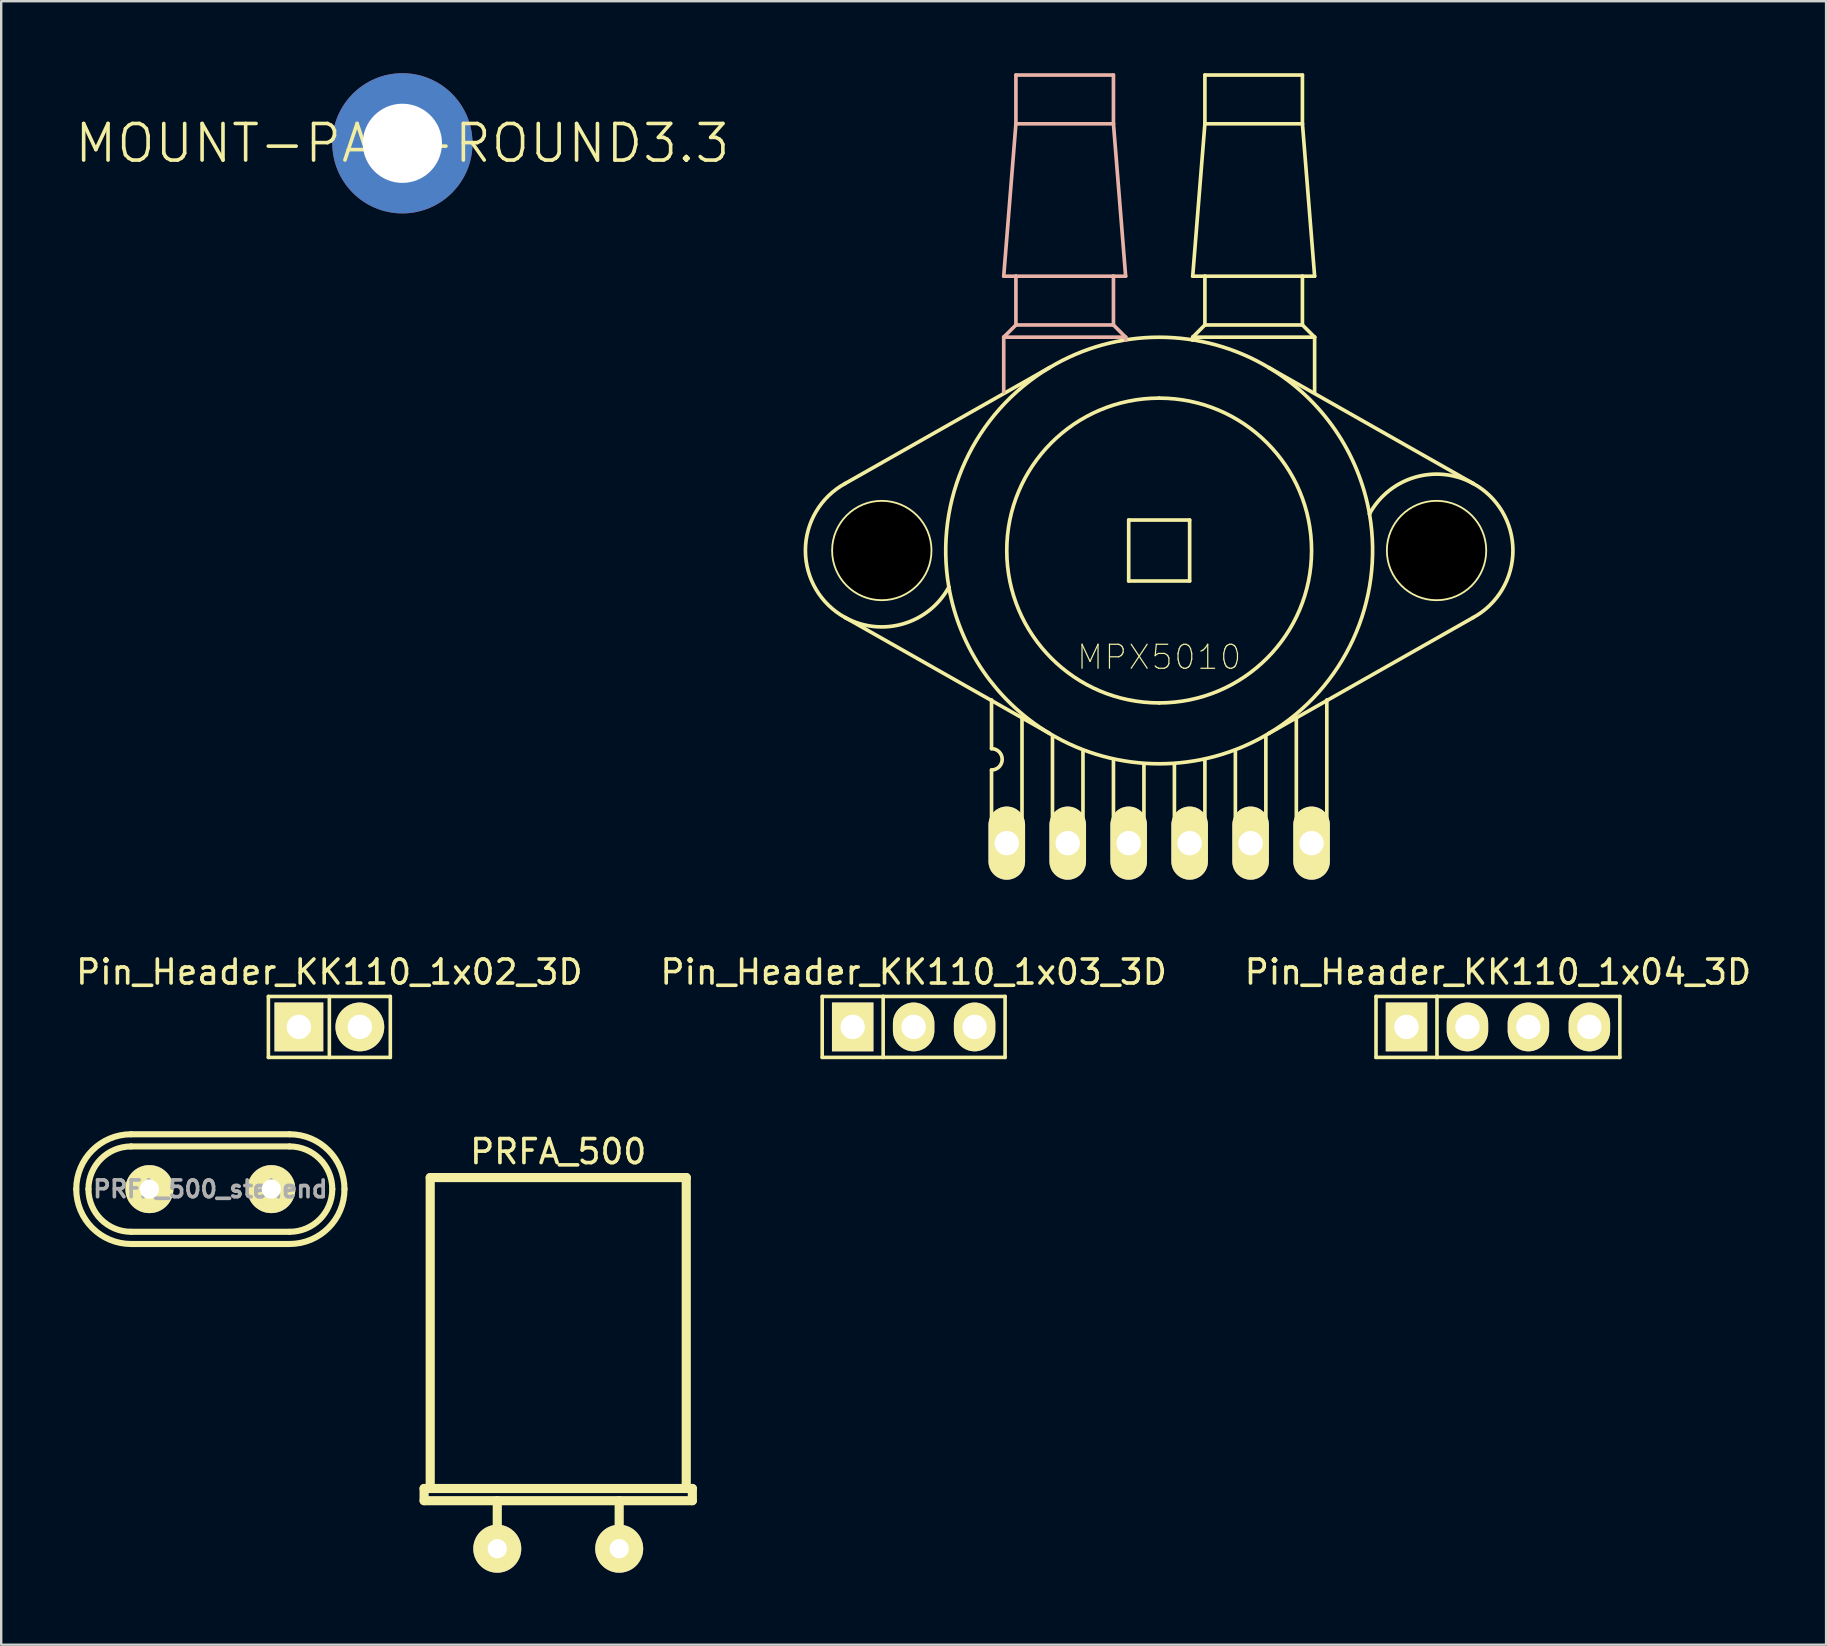
<source format=kicad_pcb>
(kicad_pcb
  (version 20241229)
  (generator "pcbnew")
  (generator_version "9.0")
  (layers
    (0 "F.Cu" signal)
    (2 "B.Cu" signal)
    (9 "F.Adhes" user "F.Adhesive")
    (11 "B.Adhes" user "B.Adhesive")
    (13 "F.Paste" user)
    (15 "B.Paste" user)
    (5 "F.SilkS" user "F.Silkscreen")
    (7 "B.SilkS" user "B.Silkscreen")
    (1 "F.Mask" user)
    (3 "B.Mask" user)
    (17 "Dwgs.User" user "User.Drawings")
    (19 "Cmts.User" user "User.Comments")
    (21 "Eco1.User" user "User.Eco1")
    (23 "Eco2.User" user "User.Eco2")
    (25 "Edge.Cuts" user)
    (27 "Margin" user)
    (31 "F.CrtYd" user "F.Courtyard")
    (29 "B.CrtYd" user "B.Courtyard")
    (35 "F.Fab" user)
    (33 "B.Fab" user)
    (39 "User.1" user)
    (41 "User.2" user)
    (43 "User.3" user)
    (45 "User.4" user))
  (footprint "MPX5010"
    (layer "F.Cu")
    (at 45.248 19.888)
    (property "Reference" "MPX5010" (at 0 4.445 0) (layer "F.SilkS") (effects (font (size 1 1) (thickness 0.05))))
    (attr through_hole)
    (fp_line (start -13.081 -2.794) (end -4.572 -7.62) (stroke (width 0.152) (type solid)) (layer "F.SilkS"))
    (fp_line (start -13.081 2.794) (end -4.572 7.62) (stroke (width 0.152) (type solid)) (layer "F.SilkS"))
    (fp_line (start -6.985 8.255) (end -6.985 6.223) (stroke (width 0.152) (type solid)) (layer "F.SilkS"))
    (fp_line (start -6.985 12.192) (end -6.985 9.144) (stroke (width 0.152) (type solid)) (layer "F.SilkS"))
    (fp_line (start -6.985 12.192) (end -5.715 12.192) (stroke (width 0.152) (type solid)) (layer "F.SilkS"))
    (fp_line (start -5.715 12.192) (end -5.715 6.985) (stroke (width 0.152) (type solid)) (layer "F.SilkS"))
    (fp_line (start -4.445 12.192) (end -4.445 7.747) (stroke (width 0.152) (type solid)) (layer "F.SilkS"))
    (fp_line (start -3.175 12.192) (end -4.445 12.192) (stroke (width 0.152) (type solid)) (layer "F.SilkS"))
    (fp_line (start -3.175 12.192) (end -3.175 8.382) (stroke (width 0.152) (type solid)) (layer "F.SilkS"))
    (fp_line (start -1.905 12.192) (end -1.905 8.763) (stroke (width 0.152) (type solid)) (layer "F.SilkS"))
    (fp_line (start -1.27 -1.27) (end 1.27 -1.27) (stroke (width 0.152) (type solid)) (layer "F.SilkS"))
    (fp_line (start -1.27 1.27) (end -1.27 -1.27) (stroke (width 0.152) (type solid)) (layer "F.SilkS"))
    (fp_line (start -0.635 12.192) (end -1.905 12.192) (stroke (width 0.152) (type solid)) (layer "F.SilkS"))
    (fp_line (start -0.635 12.192) (end -0.635 8.89) (stroke (width 0.152) (type solid)) (layer "F.SilkS"))
    (fp_line (start 0.635 12.192) (end 0.635 8.89) (stroke (width 0.152) (type solid)) (layer "F.SilkS"))
    (fp_line (start 0.635 12.192) (end 1.905 12.192) (stroke (width 0.152) (type solid)) (layer "F.SilkS"))
    (fp_line (start 1.27 -1.27) (end 1.27 1.27) (stroke (width 0.152) (type solid)) (layer "F.SilkS"))
    (fp_line (start 1.27 1.27) (end -1.27 1.27) (stroke (width 0.152) (type solid)) (layer "F.SilkS"))
    (fp_line (start 1.397 -11.43) (end 1.905 -11.43) (stroke (width 0.152) (type solid)) (layer "F.SilkS"))
    (fp_line (start 1.397 -8.89) (end 1.397 -8.763) (stroke (width 0.152) (type solid)) (layer "F.SilkS"))
    (fp_line (start 1.397 -8.89) (end 1.905 -9.398) (stroke (width 0.152) (type solid)) (layer "F.SilkS"))
    (fp_line (start 1.905 -19.812) (end 1.905 -17.78) (stroke (width 0.152) (type solid)) (layer "F.SilkS"))
    (fp_line (start 1.905 -19.812) (end 5.969 -19.812) (stroke (width 0.152) (type solid)) (layer "F.SilkS"))
    (fp_line (start 1.905 -17.78) (end 1.397 -11.43) (stroke (width 0.152) (type solid)) (layer "F.SilkS"))
    (fp_line (start 1.905 -17.78) (end 5.969 -17.78) (stroke (width 0.152) (type solid)) (layer "F.SilkS"))
    (fp_line (start 1.905 -11.43) (end 1.905 -9.398) (stroke (width 0.152) (type solid)) (layer "F.SilkS"))
    (fp_line (start 1.905 -11.43) (end 5.969 -11.43) (stroke (width 0.152) (type solid)) (layer "F.SilkS"))
    (fp_line (start 1.905 12.192) (end 1.905 8.763) (stroke (width 0.152) (type solid)) (layer "F.SilkS"))
    (fp_line (start 3.175 12.192) (end 3.175 8.382) (stroke (width 0.152) (type solid)) (layer "F.SilkS"))
    (fp_line (start 3.175 12.192) (end 4.445 12.192) (stroke (width 0.152) (type solid)) (layer "F.SilkS"))
    (fp_line (start 4.445 12.192) (end 4.445 7.747) (stroke (width 0.152) (type solid)) (layer "F.SilkS"))
    (fp_line (start 5.715 12.192) (end 5.715 6.985) (stroke (width 0.152) (type solid)) (layer "F.SilkS"))
    (fp_line (start 5.715 12.192) (end 6.985 12.192) (stroke (width 0.152) (type solid)) (layer "F.SilkS"))
    (fp_line (start 5.969 -19.812) (end 5.969 -17.78) (stroke (width 0.152) (type solid)) (layer "F.SilkS"))
    (fp_line (start 5.969 -17.78) (end 6.477 -11.43) (stroke (width 0.152) (type solid)) (layer "F.SilkS"))
    (fp_line (start 5.969 -11.43) (end 5.969 -9.398) (stroke (width 0.152) (type solid)) (layer "F.SilkS"))
    (fp_line (start 5.969 -11.43) (end 6.477 -11.43) (stroke (width 0.152) (type solid)) (layer "F.SilkS"))
    (fp_line (start 5.969 -9.398) (end 1.905 -9.398) (stroke (width 0.152) (type solid)) (layer "F.SilkS"))
    (fp_line (start 6.477 -8.89) (end 1.397 -8.89) (stroke (width 0.152) (type solid)) (layer "F.SilkS"))
    (fp_line (start 6.477 -8.89) (end 5.969 -9.398) (stroke (width 0.152) (type solid)) (layer "F.SilkS"))
    (fp_line (start 6.477 -8.89) (end 6.477 -6.604) (stroke (width 0.152) (type solid)) (layer "F.SilkS"))
    (fp_line (start 6.985 12.192) (end 6.985 6.223) (stroke (width 0.152) (type solid)) (layer "F.SilkS"))
    (fp_line (start 13.081 -2.794) (end 4.572 -7.62) (stroke (width 0.152) (type solid)) (layer "F.SilkS"))
    (fp_line (start 13.081 2.794) (end 4.572 7.62) (stroke (width 0.152) (type solid)) (layer "F.SilkS"))
    (fp_arc (start -13.084855 2.791894) (mid -14.73961 -0.002196) (end -13.081 -2.794) (stroke (width 0.1524) (type solid)) (layer "F.SilkS"))
    (fp_arc (start -8.765055 1.512072) (mid -8.081952 -3.702948) (end -4.572 -7.62) (stroke (width 0.1524) (type solid)) (layer "F.SilkS"))
    (fp_arc (start -8.763 1.524) (mid -10.658974 3.053287) (end -13.081 2.794) (stroke (width 0.1524) (type solid)) (layer "F.SilkS"))
    (fp_arc (start -6.985 8.255) (mid -6.5405 8.6995) (end -6.985 9.144) (stroke (width 0.1524) (type solid)) (layer "F.SilkS"))
    (fp_arc (start -4.576574 7.617258) (mid -7.332667 5.026067) (end -8.763 1.524) (stroke (width 0.1524) (type solid)) (layer "F.SilkS"))
    (fp_arc (start -4.56834 -7.622195) (mid 0.002134 -8.886371) (end 4.572 -7.62) (stroke (width 0.1524) (type solid)) (layer "F.SilkS"))
    (fp_arc (start 0 -6.35) (mid 6.35 0) (end 0 6.35) (stroke (width 0.1524) (type solid)) (layer "F.SilkS"))
    (fp_arc (start 0 6.35) (mid -6.35 0) (end 0 -6.35) (stroke (width 0.1524) (type solid)) (layer "F.SilkS"))
    (fp_arc (start 4.56834 7.622195) (mid -0.002134 8.886371) (end -4.572 7.62) (stroke (width 0.1524) (type solid)) (layer "F.SilkS"))
    (fp_arc (start 4.576574 -7.617258) (mid 7.332667 -5.026067) (end 8.763 -1.524) (stroke (width 0.1524) (type solid)) (layer "F.SilkS"))
    (fp_arc (start 8.763 -1.524) (mid 10.658974 -3.053287) (end 13.081 -2.794) (stroke (width 0.1524) (type solid)) (layer "F.SilkS"))
    (fp_arc (start 8.765055 -1.512072) (mid 8.081952 3.702948) (end 4.572 7.62) (stroke (width 0.1524) (type solid)) (layer "F.SilkS"))
    (fp_arc (start 13.084855 -2.791894) (mid 14.73961 0.002196) (end 13.081 2.794) (stroke (width 0.1524) (type solid)) (layer "F.SilkS"))
    (fp_circle (center -11.557 0) (end -9.525 0) (stroke (width 0.152) (type solid)) (fill no) (layer "F.SilkS"))
    (fp_circle (center 11.557 0) (end 13.589 0) (stroke (width 0.152) (type solid)) (fill no) (layer "F.SilkS"))
    (fp_line (start -6.477 -8.89) (end -6.477 -6.604) (stroke (width 0.152) (type solid)) (layer "B.SilkS"))
    (fp_line (start -6.477 -8.89) (end -5.969 -9.398) (stroke (width 0.152) (type solid)) (layer "B.SilkS"))
    (fp_line (start -6.477 -8.89) (end -1.397 -8.89) (stroke (width 0.152) (type solid)) (layer "B.SilkS"))
    (fp_line (start -5.969 -19.812) (end -5.969 -17.78) (stroke (width 0.152) (type solid)) (layer "B.SilkS"))
    (fp_line (start -5.969 -17.78) (end -6.477 -11.43) (stroke (width 0.152) (type solid)) (layer "B.SilkS"))
    (fp_line (start -5.969 -11.43) (end -6.477 -11.43) (stroke (width 0.152) (type solid)) (layer "B.SilkS"))
    (fp_line (start -5.969 -11.43) (end -5.969 -9.398) (stroke (width 0.152) (type solid)) (layer "B.SilkS"))
    (fp_line (start -5.969 -9.398) (end -1.905 -9.398) (stroke (width 0.152) (type solid)) (layer "B.SilkS"))
    (fp_line (start -1.905 -19.812) (end -5.969 -19.812) (stroke (width 0.152) (type solid)) (layer "B.SilkS"))
    (fp_line (start -1.905 -19.812) (end -1.905 -17.78) (stroke (width 0.152) (type solid)) (layer "B.SilkS"))
    (fp_line (start -1.905 -17.78) (end -5.969 -17.78) (stroke (width 0.152) (type solid)) (layer "B.SilkS"))
    (fp_line (start -1.905 -17.78) (end -1.397 -11.43) (stroke (width 0.152) (type solid)) (layer "B.SilkS"))
    (fp_line (start -1.905 -11.43) (end -5.969 -11.43) (stroke (width 0.152) (type solid)) (layer "B.SilkS"))
    (fp_line (start -1.905 -11.43) (end -1.905 -9.398) (stroke (width 0.152) (type solid)) (layer "B.SilkS"))
    (fp_line (start -1.397 -11.43) (end -1.905 -11.43) (stroke (width 0.152) (type solid)) (layer "B.SilkS"))
    (fp_line (start -1.397 -8.89) (end -1.905 -9.398) (stroke (width 0.152) (type solid)) (layer "B.SilkS"))
    (fp_line (start -1.397 -8.89) (end -1.397 -8.763) (stroke (width 0.152) (type solid)) (layer "B.SilkS"))
    (pad "" np_thru_hole circle (at -11.557 0) (size 4.064 4.064) (drill 4.064) (layers))
    (pad "" np_thru_hole circle (at 11.557 0) (size 4.064 4.064) (drill 4.064) (layers))
    (pad "1" thru_hole oval (at -6.35 12.192 90) (size 3.048 1.524) (drill 1.016) (layers "*.Cu" "*.Mask" "F.SilkS"))
    (pad "2" thru_hole oval (at -3.81 12.192 90) (size 3.048 1.524) (drill 1.016) (layers "*.Cu" "*.Mask" "F.SilkS"))
    (pad "3" thru_hole oval (at -1.27 12.192 90) (size 3.048 1.524) (drill 1.016) (layers "*.Cu" "*.Mask" "F.SilkS"))
    (pad "4" thru_hole oval (at 1.27 12.192 90) (size 3.048 1.524) (drill 1.016) (layers "*.Cu" "*.Mask" "F.SilkS"))
    (pad "5" thru_hole oval (at 3.81 12.192 90) (size 3.048 1.524) (drill 1.016) (layers "*.Cu" "*.Mask" "F.SilkS"))
    (pad "6" thru_hole oval (at 6.35 12.192 90) (size 3.048 1.524) (drill 1.016) (layers "*.Cu" "*.Mask" "F.SilkS")))
  (footprint "Pin_Header_KK110_1x04_3D"
    (layer "F.Cu")
    (at 59.363 39.738)
    (property "Reference" "Pin_Header_KK110_1x04_3D" (at 0 -2.286 0) (layer "F.SilkS") (effects (font (size 1 1) (thickness 0.15))))
    (attr through_hole)
    (fp_line (start -5.08 -1.27) (end -5.08 1.27) (stroke (width 0.15) (type solid)) (layer "F.SilkS"))
    (fp_line (start -5.08 -1.27) (end -2.54 -1.27) (stroke (width 0.15) (type solid)) (layer "F.SilkS"))
    (fp_line (start -5.08 1.27) (end -2.54 1.27) (stroke (width 0.15) (type solid)) (layer "F.SilkS"))
    (fp_line (start -2.54 -1.27) (end -2.54 1.27) (stroke (width 0.15) (type solid)) (layer "F.SilkS"))
    (fp_line (start -2.54 -1.27) (end 5.08 -1.27) (stroke (width 0.15) (type solid)) (layer "F.SilkS"))
    (fp_line (start -2.54 1.27) (end 5.08 1.27) (stroke (width 0.15) (type solid)) (layer "F.SilkS"))
    (fp_line (start 5.08 1.27) (end 5.08 -1.27) (stroke (width 0.15) (type solid)) (layer "F.SilkS"))
    (pad "1" thru_hole rect (at -3.81 0) (size 1.727 2.032) (drill 1.016) (layers "*.Cu" "*.Mask" "F.SilkS"))
    (pad "2" thru_hole oval (at -1.27 0) (size 1.727 2.032) (drill 1.016) (layers "*.Cu" "*.Mask" "F.SilkS"))
    (pad "3" thru_hole oval (at 1.27 0) (size 1.727 2.032) (drill 1.016) (layers "*.Cu" "*.Mask" "F.SilkS"))
    (pad "4" thru_hole oval (at 3.81 0) (size 1.727 2.032) (drill 1.016) (layers "*.Cu" "*.Mask" "F.SilkS")))
  (footprint "MOUNT-PAD-ROUND3.3"
    (layer "F.Cu")
    (at 13.716 2.921)
    (property "Reference" "MOUNT-PAD-ROUND3.3" (at 0 0 0) (layer "F.SilkS") (effects (font (size 1.524 1.524) (thickness 0.15))))
    (attr exclude_from_pos_files exclude_from_bom)
    (fp_line (start -1 0) (end 1 0) (stroke (width 0.15) (type solid)) (layer "F.SilkS"))
    (fp_line (start 0 -1) (end 0 1) (stroke (width 0.15) (type solid)) (layer "F.SilkS"))
    (pad "" np_thru_hole circle (at 0 0) (size 5.842 5.842) (drill 3.299) (layers "*.Cu" "*.Mask")))
  (footprint "PRFA_500_stehend"
    (layer "F.Cu")
    (at 5.715 46.496)
    (property "Reference" "PRFA_500_stehend" (at 0 0 0) (layer "F.Fab") (effects (font (size 0.7 0.7) (thickness 0.152))))
    (attr through_hole)
    (fp_line (start -3.302 -2.286) (end 3.302 -2.286) (stroke (width 0.254) (type solid)) (layer "F.SilkS"))
    (fp_line (start -3.302 1.778) (end 3.302 1.778) (stroke (width 0.254) (type solid)) (layer "F.SilkS"))
    (fp_line (start 3.302 -1.778) (end -3.302 -1.778) (stroke (width 0.254) (type solid)) (layer "F.SilkS"))
    (fp_line (start 3.302 2.286) (end -3.302 2.286) (stroke (width 0.254) (type solid)) (layer "F.SilkS"))
    (fp_arc (start -5.588 0) (mid -4.918446 -1.616446) (end -3.302 -2.286) (stroke (width 0.254) (type solid)) (layer "F.SilkS"))
    (fp_arc (start -5.08 0) (mid -4.559236 -1.257236) (end -3.302 -1.778) (stroke (width 0.254) (type solid)) (layer "F.SilkS"))
    (fp_arc (start -3.302 1.778) (mid -4.559236 1.257236) (end -5.08 0) (stroke (width 0.254) (type solid)) (layer "F.SilkS"))
    (fp_arc (start -3.302 2.286) (mid -4.918446 1.616446) (end -5.588 0) (stroke (width 0.254) (type solid)) (layer "F.SilkS"))
    (fp_arc (start 3.302 -2.286) (mid 4.918446 -1.616446) (end 5.588 0) (stroke (width 0.254) (type solid)) (layer "F.SilkS"))
    (fp_arc (start 3.302 -1.778) (mid 4.559236 -1.257236) (end 5.08 0) (stroke (width 0.254) (type solid)) (layer "F.SilkS"))
    (fp_arc (start 5.08 0) (mid 4.559236 1.257236) (end 3.302 1.778) (stroke (width 0.254) (type solid)) (layer "F.SilkS"))
    (fp_arc (start 5.588 0) (mid 4.918446 1.616446) (end 3.302 2.286) (stroke (width 0.254) (type solid)) (layer "F.SilkS"))
    (pad "1" thru_hole circle (at -2.54 0) (size 1.999 1.999) (drill 0.8) (layers "*.Cu" "*.Mask" "F.SilkS"))
    (pad "2" thru_hole circle (at 2.54 0) (size 1.999 1.999) (drill 0.8) (layers "*.Cu" "*.Mask" "F.SilkS")))
  (footprint "Pin_Header_KK110_1x03_3D"
    (layer "F.Cu")
    (at 35.018 39.738)
    (property "Reference" "Pin_Header_KK110_1x03_3D" (at 0 -2.286 0) (layer "F.SilkS") (effects (font (size 1 1) (thickness 0.15))))
    (attr through_hole)
    (fp_line (start -3.81 -1.27) (end -3.81 1.27) (stroke (width 0.15) (type solid)) (layer "F.SilkS"))
    (fp_line (start -3.81 -1.27) (end -1.27 -1.27) (stroke (width 0.15) (type solid)) (layer "F.SilkS"))
    (fp_line (start -3.81 1.27) (end -1.27 1.27) (stroke (width 0.15) (type solid)) (layer "F.SilkS"))
    (fp_line (start -1.27 -1.27) (end -1.27 1.27) (stroke (width 0.15) (type solid)) (layer "F.SilkS"))
    (fp_line (start -1.27 1.27) (end 3.81 1.27) (stroke (width 0.15) (type solid)) (layer "F.SilkS"))
    (fp_line (start 3.81 -1.27) (end -1.27 -1.27) (stroke (width 0.15) (type solid)) (layer "F.SilkS"))
    (fp_line (start 3.81 1.27) (end 3.81 -1.27) (stroke (width 0.15) (type solid)) (layer "F.SilkS"))
    (pad "1" thru_hole rect (at -2.54 0) (size 1.727 2.032) (drill 1.016) (layers "*.Cu" "*.Mask" "F.SilkS"))
    (pad "2" thru_hole oval (at 0 0) (size 1.727 2.032) (drill 1.016) (layers "*.Cu" "*.Mask" "F.SilkS"))
    (pad "3" thru_hole oval (at 2.54 0) (size 1.727 2.032) (drill 1.016) (layers "*.Cu" "*.Mask" "F.SilkS")))
  (footprint "PRFA_500"
    (layer "F.Cu")
    (at 20.209 53.635)
    (property "Reference" "PRFA_500" (at 0 -8.7 0) (layer "F.SilkS") (effects (font (size 1 1) (thickness 0.152))))
    (attr through_hole)
    (fp_line (start -5.588 5.334) (end -5.334 5.334) (stroke (width 0.381) (type solid)) (layer "F.SilkS"))
    (fp_line (start -5.588 5.842) (end -5.588 5.334) (stroke (width 0.381) (type solid)) (layer "F.SilkS"))
    (fp_line (start -5.334 -7.62) (end 5.334 -7.62) (stroke (width 0.381) (type solid)) (layer "F.SilkS"))
    (fp_line (start -5.334 5.334) (end -5.334 -7.62) (stroke (width 0.381) (type solid)) (layer "F.SilkS"))
    (fp_line (start -2.54 7.874) (end -2.54 5.842) (stroke (width 0.381) (type solid)) (layer "F.SilkS"))
    (fp_line (start 2.54 7.874) (end 2.54 5.842) (stroke (width 0.381) (type solid)) (layer "F.SilkS"))
    (fp_line (start 5.334 -7.62) (end 5.334 5.334) (stroke (width 0.381) (type solid)) (layer "F.SilkS"))
    (fp_line (start 5.334 5.334) (end -5.334 5.334) (stroke (width 0.381) (type solid)) (layer "F.SilkS"))
    (fp_line (start 5.334 5.334) (end 5.588 5.334) (stroke (width 0.381) (type solid)) (layer "F.SilkS"))
    (fp_line (start 5.588 5.334) (end 5.588 5.842) (stroke (width 0.381) (type solid)) (layer "F.SilkS"))
    (fp_line (start 5.588 5.842) (end -5.588 5.842) (stroke (width 0.381) (type solid)) (layer "F.SilkS"))
    (pad "1" thru_hole circle (at -2.54 7.844) (size 1.999 1.999) (drill 0.8) (layers "*.Cu" "*.Mask" "F.SilkS"))
    (pad "2" thru_hole circle (at 2.54 7.844) (size 1.999 1.999) (drill 0.8) (layers "*.Cu" "*.Mask" "F.SilkS")))
  (footprint "Pin_Header_KK110_1x02_3D"
    (layer "F.Cu")
    (at 10.673 39.738)
    (property "Reference" "Pin_Header_KK110_1x02_3D" (at 0 -2.286 0) (layer "F.SilkS") (effects (font (size 1 1) (thickness 0.15))))
    (attr through_hole)
    (fp_line (start -2.54 -1.27) (end -2.54 1.27) (stroke (width 0.15) (type solid)) (layer "F.SilkS"))
    (fp_line (start -2.54 1.27) (end 0 1.27) (stroke (width 0.15) (type solid)) (layer "F.SilkS"))
    (fp_line (start 0 -1.27) (end 0 1.27) (stroke (width 0.15) (type solid)) (layer "F.SilkS"))
    (fp_line (start 0 1.27) (end 2.54 1.27) (stroke (width 0.15) (type solid)) (layer "F.SilkS"))
    (fp_line (start 2.54 -1.27) (end -2.54 -1.27) (stroke (width 0.15) (type solid)) (layer "F.SilkS"))
    (fp_line (start 2.54 1.27) (end 2.54 -1.27) (stroke (width 0.15) (type solid)) (layer "F.SilkS"))
    (pad "1" thru_hole rect (at -1.27 0) (size 2.032 2.032) (drill 1.016) (layers "*.Cu" "*.Mask" "F.SilkS"))
    (pad "2" thru_hole oval (at 1.27 0) (size 2.032 2.032) (drill 1.016) (layers "*.Cu" "*.Mask" "F.SilkS")))
  (gr_rect
    (start -3 -3)
    (end 73.036 65.478)
    (stroke (width 0.1) (type default))
    (fill no)
    (layer "Edge.Cuts")))
</source>
